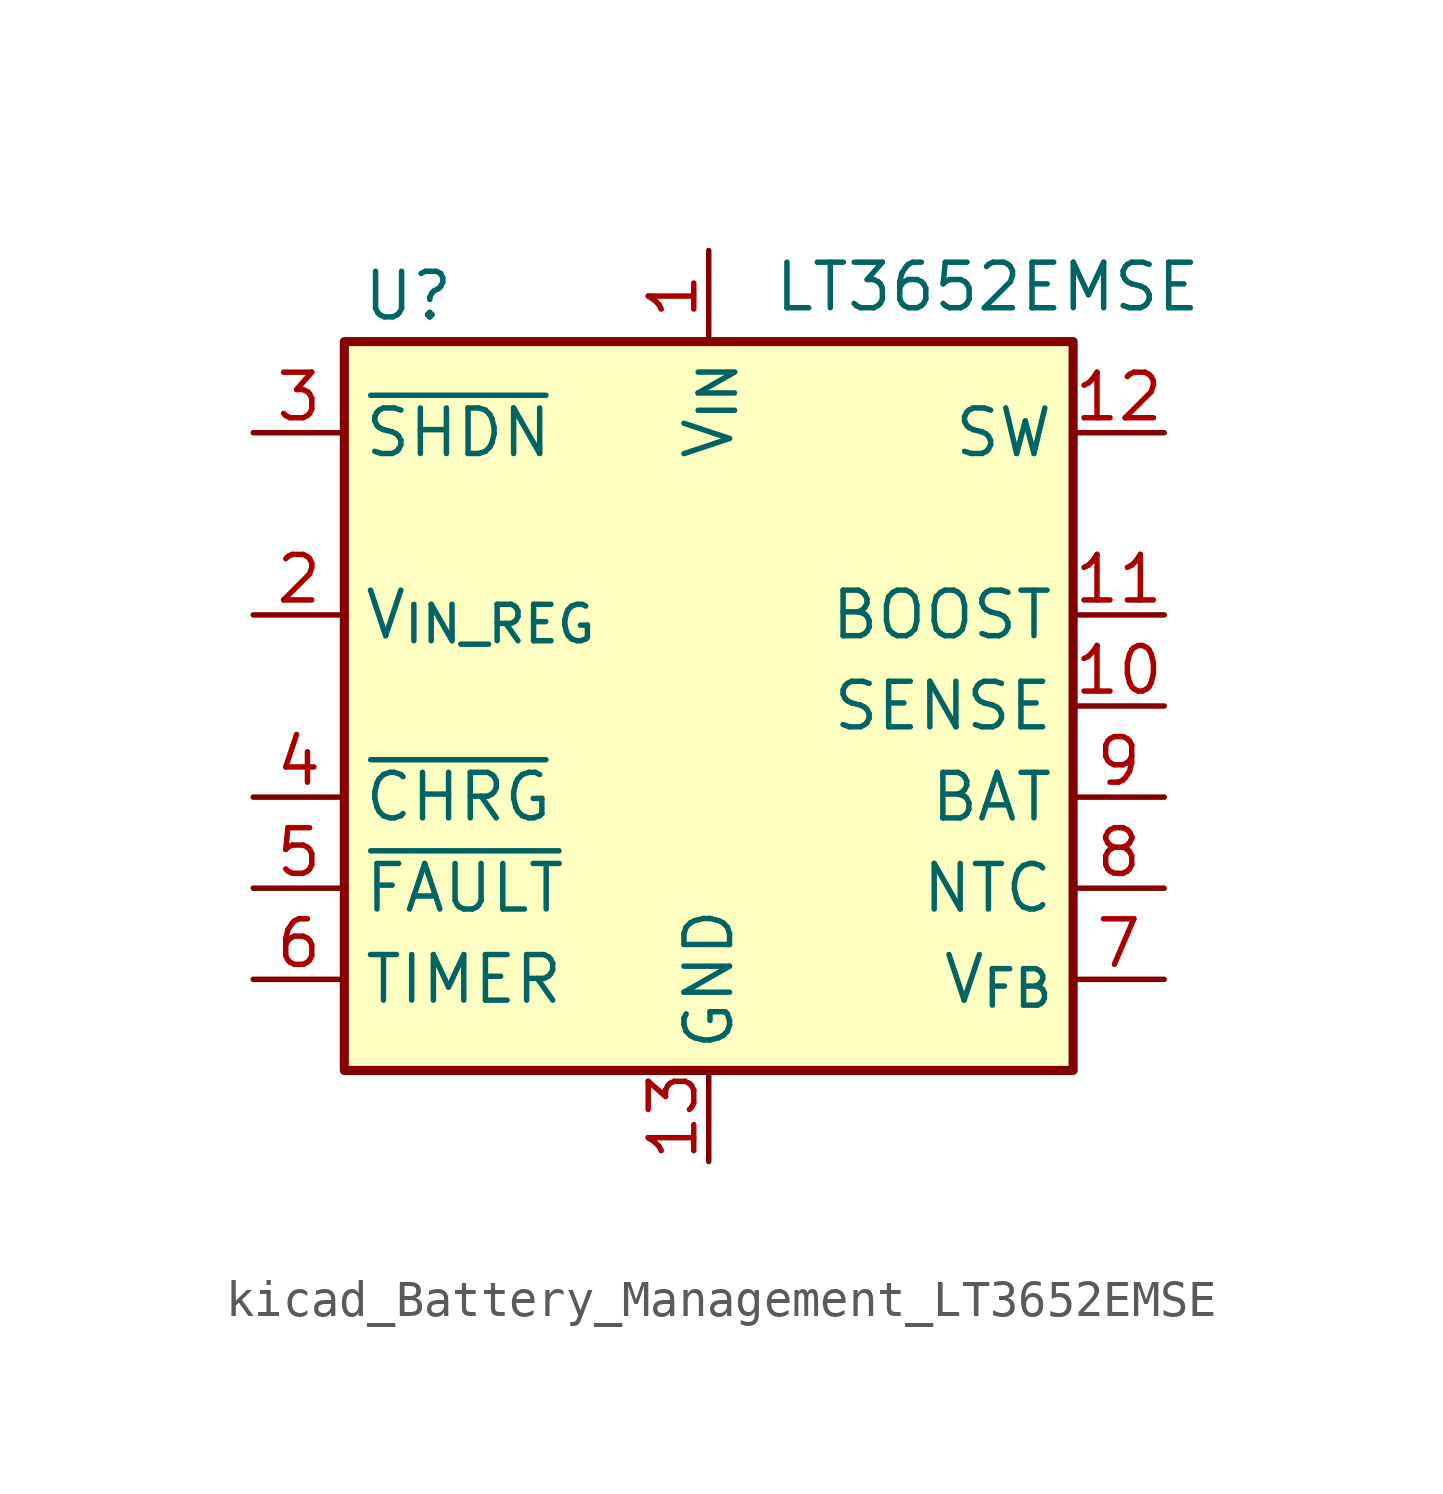
<source format=kicad_sym>
(kicad_symbol_lib
  (version 20220914)
  (generator kicad_symbol_editor)
  (symbol "kicad_Battery_Management_LT3652EMSE"
    (property "Reference" "U"
      (at -8.382 11.43 0)
      (effects (font (size 1.27 1.27))))
    (property "Value" "LT3652EMSE"
      (at 1.778 11.684 0)
      (effects (font (size 1.27 1.27)) (justify left)))
    (symbol "kicad_Battery_Management_LT3652EMSE_0_1"
      (rectangle (start -10.16 10.16) (end 10.16 -10.16) (stroke (width 0.254) (type default)) (fill (type background))))
    (symbol "kicad_Battery_Management_LT3652EMSE_1_1"
      (pin power_in line (at 0 12.7 270) (length 2.54) (name "V_{IN}" (effects (font (size 1.27 1.27)))) (number "1" (effects (font (size 1.27 1.27)))))
      (pin input line (at 12.7 0 180) (length 2.54) (name "SENSE" (effects (font (size 1.27 1.27)))) (number "10" (effects (font (size 1.27 1.27)))))
      (pin input line (at 12.7 2.54 180) (length 2.54) (name "BOOST" (effects (font (size 1.27 1.27)))) (number "11" (effects (font (size 1.27 1.27)))))
      (pin output line (at 12.7 7.62 180) (length 2.54) (name "SW" (effects (font (size 1.27 1.27)))) (number "12" (effects (font (size 1.27 1.27)))))
      (pin power_in line (at 0 -12.7 90) (length 2.54) (name "GND" (effects (font (size 1.27 1.27)))) (number "13" (effects (font (size 1.27 1.27)))))
      (pin input line (at -12.7 2.54 0) (length 2.54) (name "V_{IN_REG}" (effects (font (size 1.27 1.27)))) (number "2" (effects (font (size 1.27 1.27)))))
      (pin input line (at -12.7 7.62 0) (length 2.54) (name "~{SHDN}" (effects (font (size 1.27 1.27)))) (number "3" (effects (font (size 1.27 1.27)))))
      (pin open_collector line (at -12.7 -2.54 0) (length 2.54) (name "~{CHRG}" (effects (font (size 1.27 1.27)))) (number "4" (effects (font (size 1.27 1.27)))))
      (pin open_collector line (at -12.7 -5.08 0) (length 2.54) (name "~{FAULT}" (effects (font (size 1.27 1.27)))) (number "5" (effects (font (size 1.27 1.27)))))
      (pin output line (at -12.7 -7.62 0) (length 2.54) (name "TIMER" (effects (font (size 1.27 1.27)))) (number "6" (effects (font (size 1.27 1.27)))))
      (pin input line (at 12.7 -7.62 180) (length 2.54) (name "V_{FB}" (effects (font (size 1.27 1.27)))) (number "7" (effects (font (size 1.27 1.27)))))
      (pin input line (at 12.7 -5.08 180) (length 2.54) (name "NTC" (effects (font (size 1.27 1.27)))) (number "8" (effects (font (size 1.27 1.27)))))
      (pin output line (at 12.7 -2.54 180) (length 2.54) (name "BAT" (effects (font (size 1.27 1.27)))) (number "9" (effects (font (size 1.27 1.27))))))))
</source>
